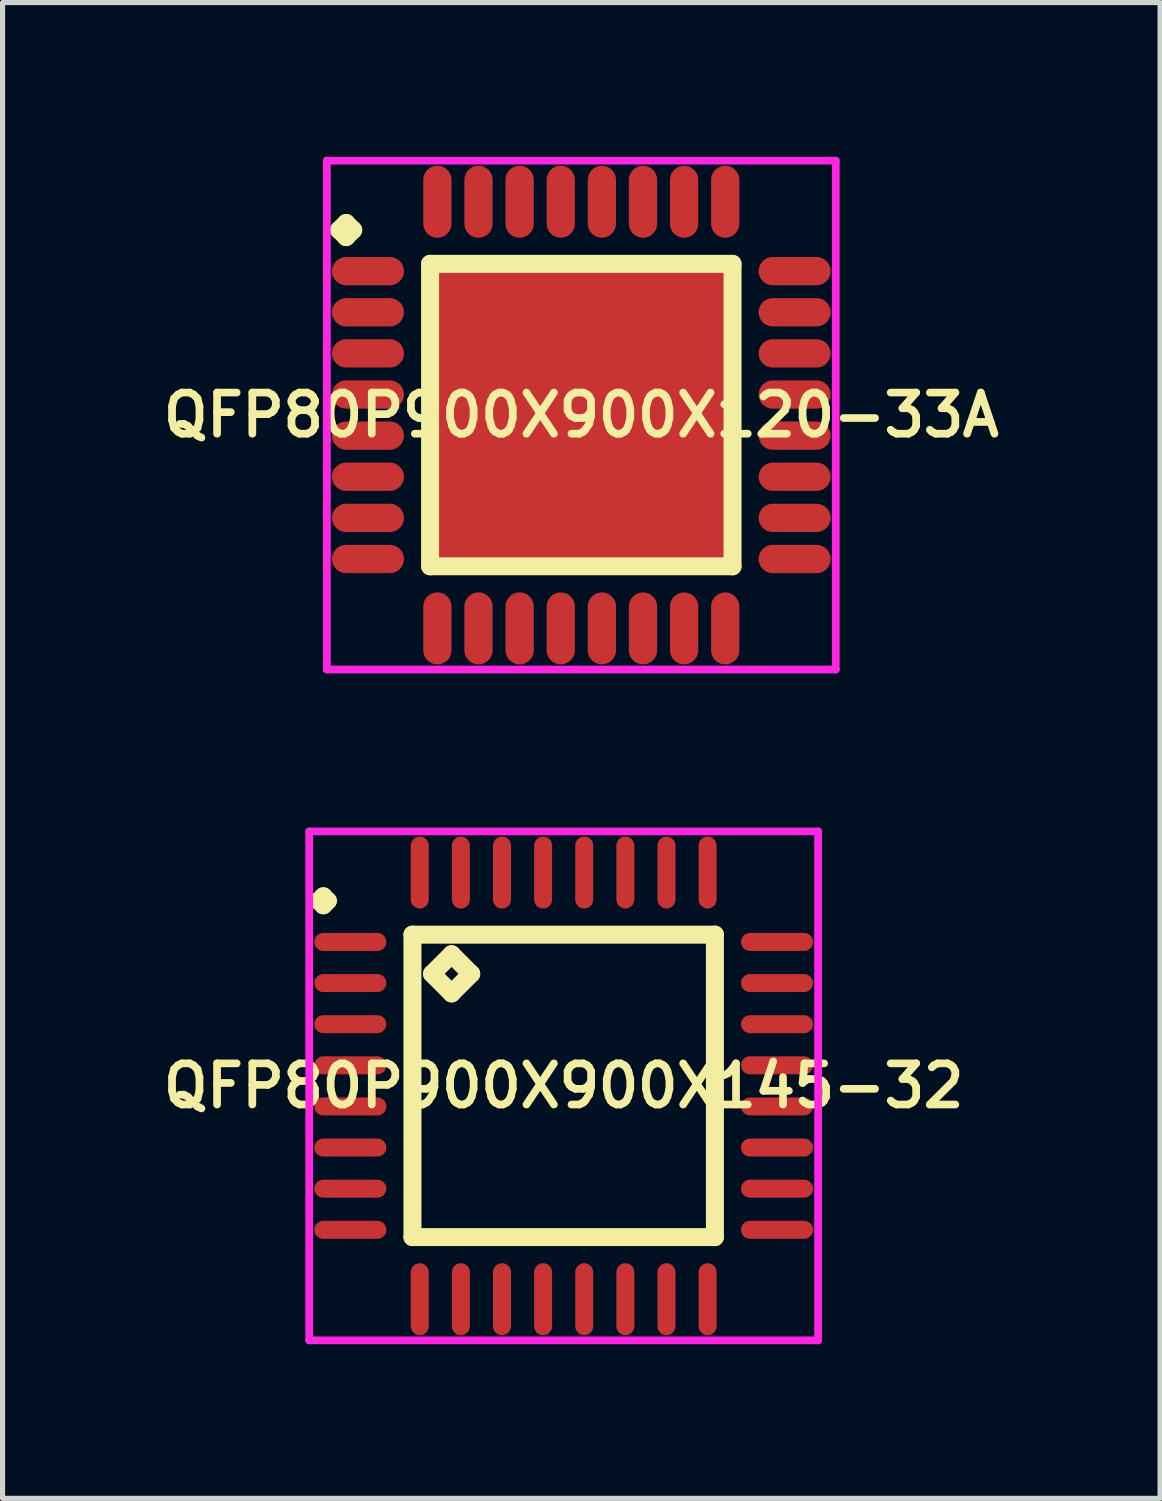
<source format=kicad_pcb>
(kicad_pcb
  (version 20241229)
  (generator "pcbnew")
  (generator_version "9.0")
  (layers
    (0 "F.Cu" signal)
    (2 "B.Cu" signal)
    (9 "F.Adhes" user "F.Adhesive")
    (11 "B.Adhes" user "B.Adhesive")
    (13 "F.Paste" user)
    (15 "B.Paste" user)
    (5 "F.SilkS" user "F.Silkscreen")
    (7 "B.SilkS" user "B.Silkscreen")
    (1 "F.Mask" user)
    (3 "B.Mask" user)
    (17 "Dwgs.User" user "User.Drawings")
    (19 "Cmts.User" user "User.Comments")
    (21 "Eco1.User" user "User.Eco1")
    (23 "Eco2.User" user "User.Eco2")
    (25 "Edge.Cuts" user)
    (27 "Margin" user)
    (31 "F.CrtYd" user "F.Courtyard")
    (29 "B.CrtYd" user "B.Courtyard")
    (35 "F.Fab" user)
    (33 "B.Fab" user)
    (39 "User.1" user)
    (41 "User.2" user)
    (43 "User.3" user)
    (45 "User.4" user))
  (footprint "QFP80P900X900X120-33A"
    (layer "F.Cu")
    (at 8.259 5.025)
    (property "Reference" "QFP80P900X900X120-33A" (at 0 0 0) (layer "F.SilkS") (effects (font (size 0.8 0.8) (thickness 0.15))))
    (attr smd)
    (fp_line (start -4.713 -3.6) (end -4.575 -3.737) (stroke (width 0.35) (type solid)) (layer "F.SilkS"))
    (fp_line (start -4.575 -3.737) (end -4.438 -3.6) (stroke (width 0.35) (type solid)) (layer "F.SilkS"))
    (fp_line (start -4.575 -3.462) (end -4.713 -3.6) (stroke (width 0.35) (type solid)) (layer "F.SilkS"))
    (fp_line (start -4.438 -3.6) (end -4.575 -3.462) (stroke (width 0.35) (type solid)) (layer "F.SilkS"))
    (fp_line (start -2.942 -2.942) (end -2.942 2.942) (stroke (width 0.35) (type solid)) (layer "F.SilkS"))
    (fp_line (start -2.942 2.942) (end 2.942 2.942) (stroke (width 0.35) (type solid)) (layer "F.SilkS"))
    (fp_line (start 2.942 -2.942) (end -2.942 -2.942) (stroke (width 0.35) (type solid)) (layer "F.SilkS"))
    (fp_line (start 2.942 2.942) (end 2.942 -2.942) (stroke (width 0.35) (type solid)) (layer "F.SilkS"))
    (fp_line (start -4.95 -4.95) (end 4.95 -4.95) (stroke (width 0.15) (type solid)) (layer "F.CrtYd"))
    (fp_line (start -4.95 4.95) (end -4.95 -4.95) (stroke (width 0.15) (type solid)) (layer "F.CrtYd"))
    (fp_line (start 4.95 -4.95) (end 4.95 4.95) (stroke (width 0.15) (type solid)) (layer "F.CrtYd"))
    (fp_line (start 4.95 4.95) (end -4.95 4.95) (stroke (width 0.15) (type solid)) (layer "F.CrtYd"))
    (pad "1" smd oval (at -4.15 -2.8) (size 1.4 0.55) (layers "F.Cu" "F.Mask" "F.Paste"))
    (pad "2" smd oval (at -4.15 -2) (size 1.4 0.55) (layers "F.Cu" "F.Mask" "F.Paste"))
    (pad "3" smd oval (at -4.15 -1.2) (size 1.4 0.55) (layers "F.Cu" "F.Mask" "F.Paste"))
    (pad "4" smd oval (at -4.15 -0.4) (size 1.4 0.55) (layers "F.Cu" "F.Mask" "F.Paste"))
    (pad "5" smd oval (at -4.15 0.4) (size 1.4 0.55) (layers "F.Cu" "F.Mask" "F.Paste"))
    (pad "6" smd oval (at -4.15 1.2) (size 1.4 0.55) (layers "F.Cu" "F.Mask" "F.Paste"))
    (pad "7" smd oval (at -4.15 2) (size 1.4 0.55) (layers "F.Cu" "F.Mask" "F.Paste"))
    (pad "8" smd oval (at -4.15 2.8) (size 1.4 0.55) (layers "F.Cu" "F.Mask" "F.Paste"))
    (pad "9" smd oval (at -2.8 4.15) (size 0.55 1.4) (layers "F.Cu" "F.Mask" "F.Paste"))
    (pad "10" smd oval (at -2 4.15) (size 0.55 1.4) (layers "F.Cu" "F.Mask" "F.Paste"))
    (pad "11" smd oval (at -1.2 4.15) (size 0.55 1.4) (layers "F.Cu" "F.Mask" "F.Paste"))
    (pad "12" smd oval (at -0.4 4.15) (size 0.55 1.4) (layers "F.Cu" "F.Mask" "F.Paste"))
    (pad "13" smd oval (at 0.4 4.15) (size 0.55 1.4) (layers "F.Cu" "F.Mask" "F.Paste"))
    (pad "14" smd oval (at 1.2 4.15) (size 0.55 1.4) (layers "F.Cu" "F.Mask" "F.Paste"))
    (pad "15" smd oval (at 2 4.15) (size 0.55 1.4) (layers "F.Cu" "F.Mask" "F.Paste"))
    (pad "16" smd oval (at 2.8 4.15) (size 0.55 1.4) (layers "F.Cu" "F.Mask" "F.Paste"))
    (pad "17" smd oval (at 4.15 2.8) (size 1.4 0.55) (layers "F.Cu" "F.Mask" "F.Paste"))
    (pad "18" smd oval (at 4.15 2) (size 1.4 0.55) (layers "F.Cu" "F.Mask" "F.Paste"))
    (pad "19" smd oval (at 4.15 1.2) (size 1.4 0.55) (layers "F.Cu" "F.Mask" "F.Paste"))
    (pad "20" smd oval (at 4.15 0.4) (size 1.4 0.55) (layers "F.Cu" "F.Mask" "F.Paste"))
    (pad "21" smd oval (at 4.15 -0.4) (size 1.4 0.55) (layers "F.Cu" "F.Mask" "F.Paste"))
    (pad "22" smd oval (at 4.15 -1.2) (size 1.4 0.55) (layers "F.Cu" "F.Mask" "F.Paste"))
    (pad "23" smd oval (at 4.15 -2) (size 1.4 0.55) (layers "F.Cu" "F.Mask" "F.Paste"))
    (pad "24" smd oval (at 4.15 -2.8) (size 1.4 0.55) (layers "F.Cu" "F.Mask" "F.Paste"))
    (pad "25" smd oval (at 2.8 -4.15) (size 0.55 1.4) (layers "F.Cu" "F.Mask" "F.Paste"))
    (pad "26" smd oval (at 2 -4.15) (size 0.55 1.4) (layers "F.Cu" "F.Mask" "F.Paste"))
    (pad "27" smd oval (at 1.2 -4.15) (size 0.55 1.4) (layers "F.Cu" "F.Mask" "F.Paste"))
    (pad "28" smd oval (at 0.4 -4.15) (size 0.55 1.4) (layers "F.Cu" "F.Mask" "F.Paste"))
    (pad "29" smd oval (at -0.4 -4.15) (size 0.55 1.4) (layers "F.Cu" "F.Mask" "F.Paste"))
    (pad "30" smd oval (at -1.2 -4.15) (size 0.55 1.4) (layers "F.Cu" "F.Mask" "F.Paste"))
    (pad "31" smd oval (at -2 -4.15) (size 0.55 1.4) (layers "F.Cu" "F.Mask" "F.Paste"))
    (pad "32" smd oval (at -2.8 -4.15) (size 0.55 1.4) (layers "F.Cu" "F.Mask" "F.Paste"))
    (pad "33" smd rect (at 0 0) (size 6 6) (layers "F.Cu" "F.Mask" "F.Paste")))
  (footprint "QFP80P900X900X145-32"
    (layer "F.Cu")
    (at 7.916 18.075)
    (property "Reference" "QFP80P900X900X145-32" (at 0 0 0) (layer "F.SilkS") (effects (font (size 0.8 0.8) (thickness 0.15))))
    (attr smd)
    (fp_line (start -4.763 -3.6) (end -4.675 -3.688) (stroke (width 0.35) (type solid)) (layer "F.SilkS"))
    (fp_line (start -4.675 -3.688) (end -4.588 -3.6) (stroke (width 0.35) (type solid)) (layer "F.SilkS"))
    (fp_line (start -4.675 -3.513) (end -4.763 -3.6) (stroke (width 0.35) (type solid)) (layer "F.SilkS"))
    (fp_line (start -4.588 -3.6) (end -4.675 -3.513) (stroke (width 0.35) (type solid)) (layer "F.SilkS"))
    (fp_line (start -2.942 -2.942) (end -2.942 2.942) (stroke (width 0.35) (type solid)) (layer "F.SilkS"))
    (fp_line (start -2.942 2.942) (end 2.942 2.942) (stroke (width 0.35) (type solid)) (layer "F.SilkS"))
    (fp_line (start -2.561 -2.18) (end -2.18 -2.561) (stroke (width 0.35) (type solid)) (layer "F.SilkS"))
    (fp_line (start -2.18 -2.561) (end -1.799 -2.18) (stroke (width 0.35) (type solid)) (layer "F.SilkS"))
    (fp_line (start -2.18 -1.799) (end -2.561 -2.18) (stroke (width 0.35) (type solid)) (layer "F.SilkS"))
    (fp_line (start -1.799 -2.18) (end -2.18 -1.799) (stroke (width 0.35) (type solid)) (layer "F.SilkS"))
    (fp_line (start 2.942 -2.942) (end -2.942 -2.942) (stroke (width 0.35) (type solid)) (layer "F.SilkS"))
    (fp_line (start 2.942 2.942) (end 2.942 -2.942) (stroke (width 0.35) (type solid)) (layer "F.SilkS"))
    (fp_line (start -4.95 -4.95) (end 4.95 -4.95) (stroke (width 0.15) (type solid)) (layer "F.CrtYd"))
    (fp_line (start -4.95 4.95) (end -4.95 -4.95) (stroke (width 0.15) (type solid)) (layer "F.CrtYd"))
    (fp_line (start 4.95 -4.95) (end 4.95 4.95) (stroke (width 0.15) (type solid)) (layer "F.CrtYd"))
    (fp_line (start 4.95 4.95) (end -4.95 4.95) (stroke (width 0.15) (type solid)) (layer "F.CrtYd"))
    (pad "1" smd oval (at -4.15 -2.8) (size 1.4 0.35) (layers "F.Cu" "F.Mask" "F.Paste"))
    (pad "2" smd oval (at -4.15 -2) (size 1.4 0.35) (layers "F.Cu" "F.Mask" "F.Paste"))
    (pad "3" smd oval (at -4.15 -1.2) (size 1.4 0.35) (layers "F.Cu" "F.Mask" "F.Paste"))
    (pad "4" smd oval (at -4.15 -0.4) (size 1.4 0.35) (layers "F.Cu" "F.Mask" "F.Paste"))
    (pad "5" smd oval (at -4.15 0.4) (size 1.4 0.35) (layers "F.Cu" "F.Mask" "F.Paste"))
    (pad "6" smd oval (at -4.15 1.2) (size 1.4 0.35) (layers "F.Cu" "F.Mask" "F.Paste"))
    (pad "7" smd oval (at -4.15 2) (size 1.4 0.35) (layers "F.Cu" "F.Mask" "F.Paste"))
    (pad "8" smd oval (at -4.15 2.8) (size 1.4 0.35) (layers "F.Cu" "F.Mask" "F.Paste"))
    (pad "9" smd oval (at -2.8 4.15) (size 0.35 1.4) (layers "F.Cu" "F.Mask" "F.Paste"))
    (pad "10" smd oval (at -2 4.15) (size 0.35 1.4) (layers "F.Cu" "F.Mask" "F.Paste"))
    (pad "11" smd oval (at -1.2 4.15) (size 0.35 1.4) (layers "F.Cu" "F.Mask" "F.Paste"))
    (pad "12" smd oval (at -0.4 4.15) (size 0.35 1.4) (layers "F.Cu" "F.Mask" "F.Paste"))
    (pad "13" smd oval (at 0.4 4.15) (size 0.35 1.4) (layers "F.Cu" "F.Mask" "F.Paste"))
    (pad "14" smd oval (at 1.2 4.15) (size 0.35 1.4) (layers "F.Cu" "F.Mask" "F.Paste"))
    (pad "15" smd oval (at 2 4.15) (size 0.35 1.4) (layers "F.Cu" "F.Mask" "F.Paste"))
    (pad "16" smd oval (at 2.8 4.15) (size 0.35 1.4) (layers "F.Cu" "F.Mask" "F.Paste"))
    (pad "17" smd oval (at 4.15 2.8) (size 1.4 0.35) (layers "F.Cu" "F.Mask" "F.Paste"))
    (pad "18" smd oval (at 4.15 2) (size 1.4 0.35) (layers "F.Cu" "F.Mask" "F.Paste"))
    (pad "19" smd oval (at 4.15 1.2) (size 1.4 0.35) (layers "F.Cu" "F.Mask" "F.Paste"))
    (pad "20" smd oval (at 4.15 0.4) (size 1.4 0.35) (layers "F.Cu" "F.Mask" "F.Paste"))
    (pad "21" smd oval (at 4.15 -0.4) (size 1.4 0.35) (layers "F.Cu" "F.Mask" "F.Paste"))
    (pad "22" smd oval (at 4.15 -1.2) (size 1.4 0.35) (layers "F.Cu" "F.Mask" "F.Paste"))
    (pad "23" smd oval (at 4.15 -2) (size 1.4 0.35) (layers "F.Cu" "F.Mask" "F.Paste"))
    (pad "24" smd oval (at 4.15 -2.8) (size 1.4 0.35) (layers "F.Cu" "F.Mask" "F.Paste"))
    (pad "25" smd oval (at 2.8 -4.15) (size 0.35 1.4) (layers "F.Cu" "F.Mask" "F.Paste"))
    (pad "26" smd oval (at 2 -4.15) (size 0.35 1.4) (layers "F.Cu" "F.Mask" "F.Paste"))
    (pad "27" smd oval (at 1.2 -4.15) (size 0.35 1.4) (layers "F.Cu" "F.Mask" "F.Paste"))
    (pad "28" smd oval (at 0.4 -4.15) (size 0.35 1.4) (layers "F.Cu" "F.Mask" "F.Paste"))
    (pad "29" smd oval (at -0.4 -4.15) (size 0.35 1.4) (layers "F.Cu" "F.Mask" "F.Paste"))
    (pad "30" smd oval (at -1.2 -4.15) (size 0.35 1.4) (layers "F.Cu" "F.Mask" "F.Paste"))
    (pad "31" smd oval (at -2 -4.15) (size 0.35 1.4) (layers "F.Cu" "F.Mask" "F.Paste"))
    (pad "32" smd oval (at -2.8 -4.15) (size 0.35 1.4) (layers "F.Cu" "F.Mask" "F.Paste")))
  (gr_rect
    (start -3 -3)
    (end 19.519 26.1)
    (stroke (width 0.1) (type default))
    (fill no)
    (layer "Edge.Cuts")))
</source>
